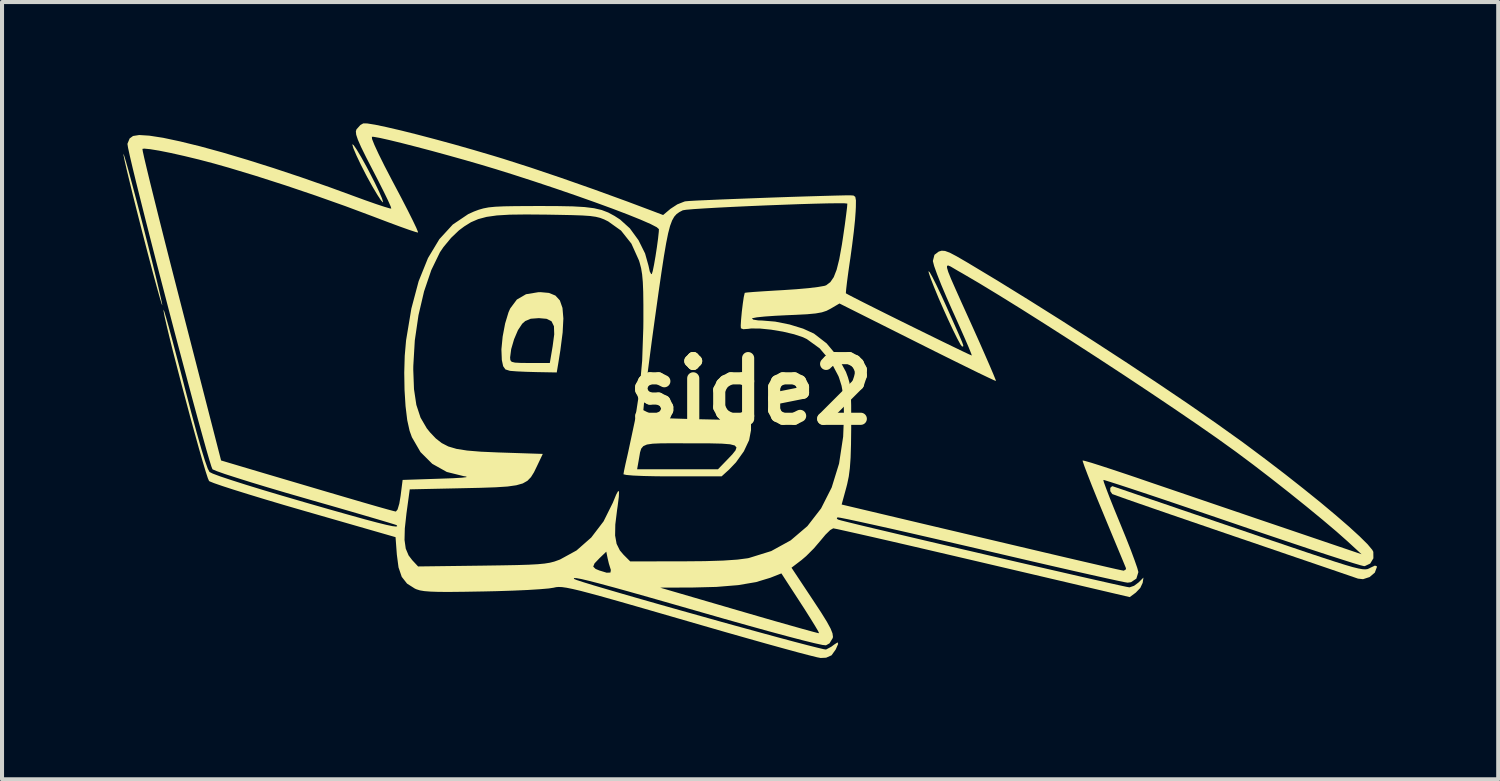
<source format=kicad_pcb>
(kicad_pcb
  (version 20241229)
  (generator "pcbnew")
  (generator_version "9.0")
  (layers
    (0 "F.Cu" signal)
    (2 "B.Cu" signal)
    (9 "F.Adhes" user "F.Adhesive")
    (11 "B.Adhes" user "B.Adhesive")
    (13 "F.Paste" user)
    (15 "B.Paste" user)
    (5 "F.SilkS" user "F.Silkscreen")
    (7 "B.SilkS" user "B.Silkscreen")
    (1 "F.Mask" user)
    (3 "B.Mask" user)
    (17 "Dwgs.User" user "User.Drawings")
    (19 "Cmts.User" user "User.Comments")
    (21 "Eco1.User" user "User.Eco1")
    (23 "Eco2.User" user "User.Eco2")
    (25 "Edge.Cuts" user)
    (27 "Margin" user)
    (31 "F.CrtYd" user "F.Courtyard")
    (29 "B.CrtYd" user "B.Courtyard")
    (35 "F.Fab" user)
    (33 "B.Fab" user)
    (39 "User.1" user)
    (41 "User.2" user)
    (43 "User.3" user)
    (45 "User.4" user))
  (footprint "side2"
    (layer "F.Cu")
    (at 15.517 6.625)
    (property "Reference" "side2" (at 0 0 0) (layer "F.SilkS") (effects (font (size 1.5 1.5) (thickness 0.3))))
    (attr board_only exclude_from_pos_files exclude_from_bom)
    (fp_poly (pts (xy -9.825 -6.088) (xy -9.751 -5.981) (xy -9.643 -5.8) (xy -9.511 -5.563) (xy -9.441 -5.431) (xy -9.305 -5.165) (xy -9.196 -4.939) (xy -9.124 -4.773) (xy -9.096 -4.682) (xy -9.1 -4.671) (xy -9.147 -4.72) (xy -9.235 -4.854) (xy -9.353 -5.052) (xy -9.489 -5.297) (xy -9.516 -5.348) (xy -9.648 -5.607) (xy -9.756 -5.834) (xy -9.829 -6.006) (xy -9.857 -6.101) (xy -9.857 -6.108)) (stroke (width 0) (type solid)) (fill yes) (layer "F.SilkS"))
    (fp_poly (pts (xy 4.417 -2.945) (xy 4.485 -2.824) (xy 4.583 -2.629) (xy 4.705 -2.373) (xy 4.818 -2.125) (xy 4.976 -1.771) (xy 5.092 -1.511) (xy 5.172 -1.329) (xy 5.221 -1.212) (xy 5.245 -1.145) (xy 5.248 -1.116) (xy 5.238 -1.108) (xy 5.219 -1.11) (xy 5.216 -1.11) (xy 5.178 -1.16) (xy 5.101 -1.301) (xy 4.996 -1.513) (xy 4.871 -1.78) (xy 4.767 -2.01) (xy 4.635 -2.311) (xy 4.525 -2.578) (xy 4.442 -2.79) (xy 4.395 -2.929) (xy 4.388 -2.974)) (stroke (width 0) (type solid)) (fill yes) (layer "F.SilkS"))
    (fp_poly (pts (xy -15.497 -5.825) (xy -15.452 -5.677) (xy -15.386 -5.441) (xy -15.302 -5.13) (xy -15.203 -4.758) (xy -15.093 -4.338) (xy -15.012 -4.023) (xy -14.898 -3.574) (xy -14.795 -3.163) (xy -14.706 -2.802) (xy -14.635 -2.504) (xy -14.585 -2.284) (xy -14.558 -2.155) (xy -14.555 -2.125) (xy -14.575 -2.174) (xy -14.619 -2.323) (xy -14.685 -2.559) (xy -14.77 -2.87) (xy -14.869 -3.242) (xy -14.979 -3.662) (xy -15.06 -3.976) (xy -15.174 -4.424) (xy -15.278 -4.836) (xy -15.366 -5.197) (xy -15.438 -5.494) (xy -15.488 -5.714) (xy -15.514 -5.844) (xy -15.517 -5.874)) (stroke (width 0) (type solid)) (fill yes) (layer "F.SilkS"))
    (fp_poly (pts (xy -4.994 -2.433) (xy -4.836 -2.368) (xy -4.726 -2.248) (xy -4.661 -2.062) (xy -4.639 -1.801) (xy -4.657 -1.454) (xy -4.714 -1.011) (xy -4.766 -0.686) (xy -4.803 -0.467) (xy -5.307 -0.476) (xy -5.558 -0.483) (xy -5.782 -0.493) (xy -5.94 -0.505) (xy -5.967 -0.509) (xy -6.072 -0.542) (xy -6.128 -0.622) (xy -6.161 -0.777) (xy -6.163 -0.837) (xy -5.956 -0.837) (xy -5.95 -0.771) (xy -5.917 -0.73) (xy -5.834 -0.71) (xy -5.678 -0.702) (xy -5.465 -0.701) (xy -4.974 -0.701) (xy -4.904 -1.116) (xy -4.865 -1.41) (xy -4.872 -1.61) (xy -4.932 -1.732) (xy -5.054 -1.793) (xy -5.244 -1.81) (xy -5.446 -1.795) (xy -5.581 -1.738) (xy -5.657 -1.671) (xy -5.762 -1.512) (xy -5.858 -1.287) (xy -5.929 -1.044) (xy -5.956 -0.837) (xy -6.163 -0.837) (xy -6.171 -1.038) (xy -6.14 -1.354) (xy -6.079 -1.677) (xy -5.995 -1.955) (xy -5.953 -2.049) (xy -5.789 -2.269) (xy -5.562 -2.401) (xy -5.258 -2.451) (xy -5.202 -2.452)) (stroke (width 0) (type solid)) (fill yes) (layer "F.SilkS"))
    (fp_poly (pts (xy 8.948 2.349) (xy 9.016 2.372) (xy 9.184 2.429) (xy 9.442 2.517) (xy 9.779 2.633) (xy 10.186 2.771) (xy 10.652 2.931) (xy 11.167 3.106) (xy 11.721 3.295) (xy 12.08 3.417) (xy 12.738 3.642) (xy 13.296 3.831) (xy 13.76 3.988) (xy 14.142 4.115) (xy 14.449 4.215) (xy 14.691 4.291) (xy 14.876 4.345) (xy 15.015 4.379) (xy 15.115 4.397) (xy 15.187 4.401) (xy 15.238 4.395) (xy 15.279 4.379) (xy 15.306 4.364) (xy 15.425 4.308) (xy 15.471 4.324) (xy 15.474 4.342) (xy 15.422 4.482) (xy 15.294 4.591) (xy 15.131 4.644) (xy 15.006 4.63) (xy 14.936 4.606) (xy 14.765 4.547) (xy 14.505 4.458) (xy 14.166 4.342) (xy 13.759 4.203) (xy 13.293 4.044) (xy 12.78 3.868) (xy 12.23 3.68) (xy 11.953 3.586) (xy 11.39 3.393) (xy 10.86 3.211) (xy 10.373 3.044) (xy 9.939 2.894) (xy 9.57 2.766) (xy 9.275 2.663) (xy 9.065 2.588) (xy 8.95 2.546) (xy 8.931 2.539) (xy 8.882 2.468) (xy 8.882 2.386) (xy 8.928 2.345)) (stroke (width 0) (type solid)) (fill yes) (layer "F.SilkS"))
    (fp_poly (pts (xy -9.486 -6.623) (xy -9.289 -6.591) (xy -9.009 -6.532) (xy -8.66 -6.451) (xy -8.256 -6.35) (xy -7.811 -6.233) (xy -7.34 -6.105) (xy -6.856 -5.967) (xy -6.375 -5.825) (xy -6.131 -5.751) (xy -5.45 -5.533) (xy -4.692 -5.277) (xy -3.886 -4.994) (xy -3.061 -4.694) (xy -2.444 -4.462) (xy -2.173 -4.359) (xy -1.99 -4.513) (xy -1.821 -4.623) (xy -1.644 -4.693) (xy -1.619 -4.698) (xy -1.528 -4.706) (xy -1.337 -4.717) (xy -1.064 -4.729) (xy -0.725 -4.744) (xy -0.337 -4.759) (xy 0.083 -4.775) (xy 0.517 -4.791) (xy 0.949 -4.806) (xy 1.362 -4.819) (xy 1.739 -4.83) (xy 2.062 -4.839) (xy 2.315 -4.845) (xy 2.456 -4.846) (xy 2.534 -4.841) (xy 2.578 -4.808) (xy 2.594 -4.722) (xy 2.592 -4.556) (xy 2.587 -4.452) (xy 2.572 -4.243) (xy 2.542 -3.954) (xy 2.501 -3.623) (xy 2.455 -3.285) (xy 2.449 -3.249) (xy 2.407 -2.957) (xy 2.374 -2.709) (xy 2.353 -2.527) (xy 2.345 -2.432) (xy 2.347 -2.423) (xy 2.408 -2.389) (xy 2.556 -2.312) (xy 2.776 -2.2) (xy 3.051 -2.062) (xy 3.367 -1.904) (xy 3.708 -1.735) (xy 4.057 -1.563) (xy 4.399 -1.395) (xy 4.719 -1.238) (xy 5 -1.102) (xy 5.227 -0.992) (xy 5.384 -0.918) (xy 5.456 -0.887) (xy 5.459 -0.887) (xy 5.44 -0.943) (xy 5.381 -1.089) (xy 5.286 -1.309) (xy 5.163 -1.587) (xy 5.02 -1.907) (xy 4.985 -1.983) (xy 4.836 -2.321) (xy 4.704 -2.632) (xy 4.599 -2.898) (xy 4.527 -3.099) (xy 4.497 -3.216) (xy 4.496 -3.225) (xy 4.535 -3.375) (xy 4.64 -3.455) (xy 4.713 -3.477) (xy 4.797 -3.471) (xy 4.914 -3.428) (xy 5.083 -3.339) (xy 5.328 -3.197) (xy 5.355 -3.181) (xy 6.095 -2.736) (xy 6.877 -2.253) (xy 7.685 -1.745) (xy 8.5 -1.222) (xy 9.307 -0.697) (xy 10.086 -0.179) (xy 10.821 0.318) (xy 11.493 0.784) (xy 12.087 1.208) (xy 12.232 1.314) (xy 12.722 1.68) (xy 13.199 2.045) (xy 13.652 2.402) (xy 14.074 2.742) (xy 14.452 3.058) (xy 14.78 3.342) (xy 15.046 3.585) (xy 15.243 3.78) (xy 15.359 3.919) (xy 15.385 3.968) (xy 15.387 4.128) (xy 15.308 4.258) (xy 15.176 4.32) (xy 15.156 4.321) (xy 15.077 4.302) (xy 14.897 4.249) (xy 14.628 4.164) (xy 14.28 4.052) (xy 13.862 3.915) (xy 13.387 3.756) (xy 12.863 3.58) (xy 12.301 3.39) (xy 11.875 3.244) (xy 11.297 3.047) (xy 10.752 2.862) (xy 10.251 2.692) (xy 9.803 2.542) (xy 9.418 2.414) (xy 9.107 2.312) (xy 8.879 2.239) (xy 8.744 2.197) (xy 8.71 2.19) (xy 8.724 2.248) (xy 8.778 2.397) (xy 8.864 2.621) (xy 8.976 2.902) (xy 9.108 3.224) (xy 9.132 3.282) (xy 9.269 3.618) (xy 9.389 3.922) (xy 9.484 4.178) (xy 9.549 4.365) (xy 9.576 4.465) (xy 9.576 4.471) (xy 9.527 4.63) (xy 9.394 4.719) (xy 9.31 4.73) (xy 9.232 4.717) (xy 9.051 4.679) (xy 8.776 4.619) (xy 8.418 4.539) (xy 7.987 4.442) (xy 7.493 4.329) (xy 6.947 4.203) (xy 6.359 4.066) (xy 5.738 3.921) (xy 5.692 3.91) (xy 5.072 3.766) (xy 4.484 3.63) (xy 3.94 3.505) (xy 3.449 3.393) (xy 3.021 3.298) (xy 2.666 3.22) (xy 2.394 3.162) (xy 2.214 3.126) (xy 2.138 3.115) (xy 2.136 3.115) (xy 2.121 3.151) (xy 2.16 3.173) (xy 2.24 3.195) (xy 2.42 3.24) (xy 2.69 3.306) (xy 3.036 3.389) (xy 3.447 3.486) (xy 3.911 3.596) (xy 4.417 3.715) (xy 4.952 3.84) (xy 5.504 3.968) (xy 6.062 4.098) (xy 6.613 4.226) (xy 7.146 4.349) (xy 7.648 4.464) (xy 8.108 4.57) (xy 8.514 4.662) (xy 8.854 4.739) (xy 9.116 4.797) (xy 9.288 4.834) (xy 9.358 4.846) (xy 9.471 4.807) (xy 9.581 4.725) (xy 9.702 4.604) (xy 9.683 4.734) (xy 9.624 4.86) (xy 9.513 4.976) (xy 9.363 5.087) (xy 5.738 4.237) (xy 5.105 4.089) (xy 4.505 3.949) (xy 3.947 3.819) (xy 3.441 3.702) (xy 2.997 3.6) (xy 2.625 3.516) (xy 2.335 3.451) (xy 2.137 3.407) (xy 2.04 3.388) (xy 2.032 3.387) (xy 1.957 3.43) (xy 1.841 3.544) (xy 1.724 3.684) (xy 1.555 3.882) (xy 1.363 4.074) (xy 1.249 4.171) (xy 1.001 4.36) (xy 1.529 5.156) (xy 1.733 5.466) (xy 1.876 5.697) (xy 1.967 5.864) (xy 2.014 5.982) (xy 2.026 6.066) (xy 2.021 6.098) (xy 1.941 6.23) (xy 1.853 6.279) (xy 1.768 6.27) (xy 1.58 6.229) (xy 1.294 6.159) (xy 0.919 6.061) (xy 0.463 5.938) (xy -0.068 5.791) (xy -0.665 5.623) (xy -1.226 5.462) (xy -1.931 5.26) (xy -2.53 5.089) (xy -3.032 4.947) (xy -3.371 4.853) (xy -2.248 4.853) (xy -0.292 5.424) (xy 0.165 5.557) (xy 0.584 5.678) (xy 0.955 5.783) (xy 1.263 5.87) (xy 1.495 5.934) (xy 1.639 5.972) (xy 1.683 5.98) (xy 1.66 5.929) (xy 1.583 5.798) (xy 1.463 5.604) (xy 1.311 5.363) (xy 1.227 5.234) (xy 0.751 4.501) (xy 0.477 4.609) (xy 0.124 4.716) (xy -0.318 4.791) (xy -0.857 4.835) (xy -1.442 4.85) (xy -2.248 4.853) (xy -3.371 4.853) (xy -3.442 4.834) (xy -3.768 4.746) (xy -4.017 4.682) (xy -4.196 4.64) (xy -4.311 4.619) (xy -4.37 4.616) (xy -4.38 4.63) (xy -4.373 4.639) (xy -4.306 4.666) (xy -4.14 4.72) (xy -3.886 4.798) (xy -3.557 4.895) (xy -3.167 5.009) (xy -2.726 5.136) (xy -2.249 5.272) (xy -1.747 5.414) (xy -1.233 5.558) (xy -0.72 5.702) (xy -0.22 5.84) (xy 0.254 5.97) (xy 0.69 6.089) (xy 1.075 6.192) (xy 1.397 6.276) (xy 1.643 6.338) (xy 1.8 6.375) (xy 1.855 6.383) (xy 1.983 6.315) (xy 2.058 6.259) (xy 2.141 6.206) (xy 2.154 6.245) (xy 2.097 6.376) (xy 2.093 6.383) (xy 1.991 6.526) (xy 1.858 6.585) (xy 1.723 6.592) (xy 1.635 6.575) (xy 1.446 6.528) (xy 1.166 6.455) (xy 0.807 6.357) (xy 0.38 6.239) (xy -0.105 6.102) (xy -0.637 5.951) (xy -1.205 5.787) (xy -1.547 5.688) (xy -2.217 5.494) (xy -2.785 5.33) (xy -3.259 5.194) (xy -3.649 5.084) (xy -3.965 4.998) (xy -4.215 4.932) (xy -4.41 4.886) (xy -4.558 4.856) (xy -4.669 4.84) (xy -4.752 4.836) (xy -4.817 4.841) (xy -4.873 4.853) (xy -4.876 4.854) (xy -4.999 4.873) (xy -5.22 4.892) (xy -5.522 4.911) (xy -5.885 4.927) (xy -6.291 4.94) (xy -6.607 4.947) (xy -7.073 4.955) (xy -7.438 4.959) (xy -7.717 4.958) (xy -7.924 4.951) (xy -8.075 4.939) (xy -8.184 4.921) (xy -8.268 4.895) (xy -8.311 4.876) (xy -8.504 4.753) (xy -8.635 4.586) (xy -8.715 4.351) (xy -8.717 4.333) (xy -3.901 4.333) (xy -3.843 4.39) (xy -3.752 4.428) (xy -3.568 4.484) (xy -3.475 4.48) (xy -3.465 4.416) (xy -3.472 4.394) (xy -3.514 4.259) (xy -3.545 4.128) (xy -3.578 3.964) (xy -3.745 4.124) (xy -3.868 4.253) (xy -3.901 4.333) (xy -8.717 4.333) (xy -8.756 4.036) (xy -8.783 3.674) (xy -8.566 3.674) (xy -8.536 3.888) (xy -8.466 4.055) (xy -8.377 4.172) (xy -8.231 4.329) (xy -6.641 4.309) (xy -6.163 4.302) (xy -5.787 4.295) (xy -5.496 4.286) (xy -5.274 4.274) (xy -5.105 4.258) (xy -4.974 4.237) (xy -4.864 4.209) (xy -4.761 4.172) (xy -4.721 4.157) (xy -4.314 3.934) (xy -3.95 3.614) (xy -3.645 3.214) (xy -3.414 2.75) (xy -3.412 2.744) (xy -3.333 2.552) (xy -3.284 2.463) (xy -3.263 2.481) (xy -3.268 2.607) (xy -3.298 2.844) (xy -3.311 2.932) (xy -3.355 3.292) (xy -3.36 3.564) (xy -3.323 3.77) (xy -3.242 3.933) (xy -3.153 4.038) (xy -2.987 4.204) (xy -1.712 4.203) (xy -1.146 4.198) (xy -0.689 4.184) (xy -0.338 4.16) (xy -0.085 4.127) (xy -0.051 4.12) (xy 0.499 3.949) (xy 0.981 3.684) (xy 1.394 3.332) (xy 1.732 2.895) (xy 1.994 2.378) (xy 2.177 1.786) (xy 2.278 1.122) (xy 2.298 0.613) (xy 2.292 0.293) (xy 2.274 0.054) (xy 2.238 -0.141) (xy 2.18 -0.326) (xy 2.162 -0.375) (xy 1.965 -0.749) (xy 1.697 -1.063) (xy 1.38 -1.292) (xy 1.284 -1.338) (xy 1.065 -1.411) (xy 0.79 -1.476) (xy 0.495 -1.525) (xy 0.219 -1.553) (xy 0.000252 -1.554) (xy -0.067 -1.545) (xy -0.191 -1.536) (xy -0.25 -1.559) (xy -0.254 -1.63) (xy -0.245 -1.78) (xy -0.243 -1.801) (xy 0.024 -1.801) (xy 0.057 -1.773) (xy 0.177 -1.754) (xy 0.274 -1.751) (xy 0.598 -1.724) (xy 0.953 -1.653) (xy 1.288 -1.55) (xy 1.556 -1.428) (xy 1.556 -1.428) (xy 1.869 -1.186) (xy 2.142 -0.859) (xy 2.346 -0.482) (xy 2.35 -0.472) (xy 2.397 -0.345) (xy 2.432 -0.222) (xy 2.455 -0.081) (xy 2.469 0.099) (xy 2.476 0.341) (xy 2.477 0.664) (xy 2.477 0.905) (xy 2.472 1.32) (xy 2.462 1.643) (xy 2.444 1.896) (xy 2.417 2.104) (xy 2.378 2.291) (xy 2.356 2.377) (xy 2.241 2.798) (xy 3.237 3.034) (xy 4.254 3.275) (xy 5.162 3.489) (xy 5.966 3.679) (xy 6.669 3.845) (xy 7.276 3.988) (xy 7.791 4.109) (xy 8.22 4.209) (xy 8.566 4.289) (xy 8.834 4.351) (xy 9.028 4.395) (xy 9.153 4.422) (xy 9.213 4.433) (xy 9.217 4.434) (xy 9.272 4.398) (xy 9.267 4.365) (xy 9.237 4.292) (xy 9.169 4.127) (xy 9.069 3.887) (xy 8.944 3.587) (xy 8.801 3.242) (xy 8.706 3.012) (xy 8.557 2.652) (xy 8.427 2.33) (xy 8.321 2.059) (xy 8.244 1.856) (xy 8.203 1.736) (xy 8.198 1.709) (xy 8.257 1.721) (xy 8.412 1.765) (xy 8.645 1.839) (xy 8.942 1.936) (xy 9.287 2.051) (xy 9.527 2.132) (xy 9.899 2.26) (xy 10.358 2.416) (xy 10.88 2.594) (xy 11.44 2.785) (xy 12.016 2.981) (xy 12.582 3.174) (xy 12.963 3.303) (xy 15.094 4.027) (xy 14.744 3.705) (xy 14.473 3.465) (xy 14.128 3.173) (xy 13.73 2.846) (xy 13.298 2.499) (xy 12.854 2.15) (xy 12.418 1.815) (xy 12.011 1.511) (xy 11.941 1.46) (xy 11.516 1.155) (xy 11.016 0.807) (xy 10.456 0.425) (xy 9.852 0.019) (xy 9.218 -0.402) (xy 8.569 -0.827) (xy 7.921 -1.246) (xy 7.29 -1.65) (xy 6.689 -2.03) (xy 6.134 -2.374) (xy 5.64 -2.674) (xy 5.222 -2.919) (xy 5.123 -2.975) (xy 5.018 -3.037) (xy 4.935 -3.086) (xy 4.877 -3.111) (xy 4.846 -3.103) (xy 4.846 -3.053) (xy 4.877 -2.949) (xy 4.944 -2.783) (xy 5.049 -2.544) (xy 5.193 -2.222) (xy 5.381 -1.807) (xy 5.483 -1.581) (xy 5.645 -1.22) (xy 5.788 -0.895) (xy 5.907 -0.622) (xy 5.995 -0.415) (xy 6.046 -0.289) (xy 6.056 -0.256) (xy 6.002 -0.277) (xy 5.855 -0.346) (xy 5.627 -0.455) (xy 5.33 -0.601) (xy 4.975 -0.776) (xy 4.574 -0.975) (xy 4.139 -1.193) (xy 4.113 -1.206) (xy 2.187 -2.172) (xy 1.969 -2.044) (xy 1.867 -1.991) (xy 1.751 -1.953) (xy 1.599 -1.926) (xy 1.388 -1.906) (xy 1.094 -1.891) (xy 0.903 -1.883) (xy 0.6 -1.868) (xy 0.341 -1.85) (xy 0.146 -1.83) (xy 0.038 -1.809) (xy 0.024 -1.801) (xy -0.243 -1.801) (xy -0.227 -1.972) (xy -0.203 -2.168) (xy -0.179 -2.332) (xy -0.157 -2.427) (xy -0.152 -2.436) (xy -0.092 -2.444) (xy 0.064 -2.457) (xy 0.298 -2.473) (xy 0.589 -2.491) (xy 0.797 -2.503) (xy 1.125 -2.525) (xy 1.419 -2.551) (xy 1.656 -2.58) (xy 1.813 -2.607) (xy 1.858 -2.622) (xy 1.961 -2.7) (xy 2.045 -2.823) (xy 2.117 -3.007) (xy 2.182 -3.267) (xy 2.246 -3.621) (xy 2.278 -3.831) (xy 2.32 -4.121) (xy 2.352 -4.366) (xy 2.374 -4.544) (xy 2.381 -4.635) (xy 2.38 -4.642) (xy 2.311 -4.649) (xy 2.142 -4.65) (xy 1.889 -4.647) (xy 1.569 -4.639) (xy 1.198 -4.628) (xy 0.794 -4.613) (xy 0.372 -4.597) (xy -0.051 -4.579) (xy -0.459 -4.56) (xy -0.835 -4.541) (xy -1.162 -4.522) (xy -1.424 -4.505) (xy -1.605 -4.489) (xy -1.687 -4.476) (xy -1.688 -4.475) (xy -1.769 -4.433) (xy -1.838 -4.385) (xy -1.898 -4.318) (xy -1.951 -4.224) (xy -2.001 -4.09) (xy -2.049 -3.906) (xy -2.098 -3.662) (xy -2.152 -3.347) (xy -2.213 -2.95) (xy -2.284 -2.46) (xy -2.367 -1.867) (xy -2.382 -1.76) (xy -2.452 -1.251) (xy -2.514 -0.777) (xy -2.569 -0.353) (xy -2.613 0.01) (xy -2.646 0.3) (xy -2.665 0.504) (xy -2.67 0.609) (xy -2.668 0.621) (xy -2.601 0.634) (xy -2.434 0.647) (xy -2.184 0.661) (xy -1.87 0.673) (xy -1.507 0.684) (xy -1.314 0.689) (xy 0 0.717) (xy 0 0.96) (xy -0.047 1.207) (xy -0.177 1.483) (xy -0.372 1.756) (xy -0.54 1.932) (xy -0.727 2.102) (xy -1.94 2.102) (xy -2.326 2.1) (xy -2.654 2.093) (xy -2.911 2.082) (xy -3.082 2.067) (xy -3.152 2.051) (xy -3.153 2.048) (xy -3.14 1.97) (xy -3.131 1.927) (xy -2.816 1.927) (xy -1.817 1.927) (xy -0.817 1.927) (xy -0.584 1.686) (xy -0.461 1.557) (xy -0.383 1.459) (xy -0.359 1.388) (xy -0.401 1.339) (xy -0.517 1.309) (xy -0.718 1.293) (xy -1.013 1.286) (xy -1.413 1.285) (xy -1.514 1.285) (xy -1.915 1.284) (xy -2.215 1.285) (xy -2.429 1.294) (xy -2.573 1.315) (xy -2.663 1.355) (xy -2.715 1.417) (xy -2.743 1.508) (xy -2.764 1.632) (xy -2.777 1.708) (xy -2.816 1.927) (xy -3.131 1.927) (xy -3.106 1.808) (xy -3.057 1.593) (xy -3.037 1.504) (xy -2.872 0.731) (xy -2.759 -0.007) (xy -2.691 -0.755) (xy -2.663 -1.561) (xy -2.661 -1.723) (xy -2.661 -2.139) (xy -2.665 -2.459) (xy -2.675 -2.703) (xy -2.692 -2.891) (xy -2.717 -3.044) (xy -2.753 -3.181) (xy -2.77 -3.236) (xy -2.957 -3.651) (xy -3.213 -3.974) (xy -3.531 -4.201) (xy -3.632 -4.251) (xy -3.728 -4.288) (xy -3.837 -4.315) (xy -3.978 -4.335) (xy -4.169 -4.348) (xy -4.427 -4.357) (xy -4.772 -4.364) (xy -5.064 -4.369) (xy -5.563 -4.373) (xy -5.963 -4.368) (xy -6.282 -4.349) (xy -6.537 -4.313) (xy -6.744 -4.258) (xy -6.923 -4.181) (xy -7.09 -4.077) (xy -7.221 -3.979) (xy -7.415 -3.794) (xy -7.603 -3.567) (xy -7.69 -3.439) (xy -7.904 -2.998) (xy -8.083 -2.471) (xy -8.221 -1.882) (xy -8.312 -1.259) (xy -8.349 -0.628) (xy -8.35 -0.534) (xy -8.332 -0.054) (xy -8.274 0.334) (xy -8.17 0.65) (xy -8.016 0.914) (xy -7.934 1.016) (xy -7.792 1.165) (xy -7.648 1.278) (xy -7.483 1.363) (xy -7.279 1.423) (xy -7.017 1.464) (xy -6.678 1.492) (xy -6.244 1.511) (xy -6.179 1.513) (xy -5.148 1.547) (xy -5.291 1.848) (xy -5.366 2.002) (xy -5.44 2.121) (xy -5.527 2.211) (xy -5.643 2.277) (xy -5.802 2.322) (xy -6.019 2.353) (xy -6.31 2.372) (xy -6.69 2.385) (xy -7.094 2.394) (xy -8.437 2.423) (xy -8.518 3.017) (xy -8.559 3.391) (xy -8.566 3.674) (xy -8.783 3.674) (xy -8.788 3.605) (xy -11.05 2.954) (xy -11.546 2.81) (xy -12.009 2.672) (xy -12.426 2.545) (xy -12.785 2.433) (xy -13.072 2.34) (xy -13.277 2.269) (xy -13.386 2.225) (xy -13.399 2.216) (xy -13.429 2.146) (xy -13.483 1.98) (xy -13.557 1.733) (xy -13.647 1.419) (xy -13.748 1.055) (xy -13.858 0.656) (xy -13.97 0.237) (xy -14.083 -0.187) (xy -14.191 -0.602) (xy -14.291 -0.99) (xy -14.378 -1.338) (xy -14.448 -1.63) (xy -14.498 -1.851) (xy -14.523 -1.985) (xy -14.524 -2.02) (xy -14.505 -1.971) (xy -14.46 -1.822) (xy -14.393 -1.585) (xy -14.308 -1.272) (xy -14.209 -0.897) (xy -14.097 -0.472) (xy -13.995 -0.075) (xy -13.84 0.518) (xy -13.705 1.017) (xy -13.591 1.419) (xy -13.499 1.718) (xy -13.43 1.912) (xy -13.387 1.994) (xy -13.307 2.034) (xy -13.125 2.102) (xy -12.852 2.193) (xy -12.498 2.306) (xy -12.075 2.436) (xy -11.592 2.58) (xy -11.061 2.735) (xy -11.041 2.741) (xy -10.442 2.913) (xy -9.948 3.052) (xy -9.551 3.163) (xy -9.242 3.245) (xy -9.015 3.301) (xy -8.862 3.333) (xy -8.774 3.343) (xy -8.746 3.332) (xy -8.763 3.307) (xy -8.823 3.287) (xy -8.983 3.238) (xy -9.231 3.164) (xy -9.555 3.069) (xy -9.942 2.956) (xy -10.381 2.829) (xy -10.86 2.692) (xy -11.006 2.65) (xy -11.497 2.508) (xy -11.956 2.372) (xy -12.368 2.247) (xy -12.721 2.136) (xy -13.004 2.045) (xy -13.202 1.975) (xy -13.304 1.932) (xy -13.314 1.926) (xy -13.341 1.858) (xy -13.394 1.687) (xy -13.47 1.426) (xy -13.565 1.085) (xy -13.678 0.676) (xy -13.805 0.209) (xy -13.942 -0.305) (xy -14.088 -0.853) (xy -14.24 -1.425) (xy -14.393 -2.011) (xy -14.546 -2.598) (xy -14.696 -3.175) (xy -14.839 -3.732) (xy -14.973 -4.257) (xy -15.094 -4.739) (xy -15.201 -5.167) (xy -15.289 -5.529) (xy -15.356 -5.815) (xy -15.395 -5.994) (xy -15.046 -5.994) (xy -15.037 -5.934) (xy -15.001 -5.77) (xy -14.94 -5.512) (xy -14.857 -5.168) (xy -14.753 -4.749) (xy -14.632 -4.263) (xy -14.495 -3.719) (xy -14.345 -3.128) (xy -14.183 -2.497) (xy -14.088 -2.127) (xy -13.101 1.709) (xy -12.025 2.029) (xy -11.253 2.257) (xy -10.59 2.453) (xy -10.035 2.616) (xy -9.584 2.748) (xy -9.235 2.849) (xy -8.986 2.919) (xy -8.834 2.96) (xy -8.78 2.972) (xy -8.738 2.921) (xy -8.695 2.776) (xy -8.663 2.584) (xy -8.613 2.19) (xy -7.708 2.16) (xy -7.371 2.148) (xy -7.149 2.135) (xy -7.038 2.122) (xy -7.034 2.108) (xy -7.107 2.096) (xy -7.521 1.993) (xy -7.88 1.792) (xy -8.171 1.502) (xy -8.384 1.134) (xy -8.441 0.975) (xy -8.499 0.713) (xy -8.541 0.365) (xy -8.566 -0.036) (xy -8.573 -0.462) (xy -8.561 -0.879) (xy -8.528 -1.258) (xy -8.527 -1.265) (xy -8.397 -2.046) (xy -8.217 -2.723) (xy -7.986 -3.295) (xy -7.705 -3.762) (xy -7.373 -4.124) (xy -6.992 -4.381) (xy -6.851 -4.445) (xy -6.731 -4.49) (xy -6.615 -4.523) (xy -6.485 -4.548) (xy -6.322 -4.564) (xy -6.106 -4.574) (xy -5.82 -4.579) (xy -5.443 -4.581) (xy -5.255 -4.582) (xy -4.782 -4.58) (xy -4.407 -4.573) (xy -4.113 -4.556) (xy -3.88 -4.527) (xy -3.692 -4.483) (xy -3.53 -4.421) (xy -3.375 -4.337) (xy -3.236 -4.247) (xy -2.996 -4.03) (xy -2.782 -3.737) (xy -2.619 -3.409) (xy -2.534 -3.105) (xy -2.503 -2.964) (xy -2.468 -2.898) (xy -2.453 -2.901) (xy -2.43 -2.972) (xy -2.398 -3.128) (xy -2.362 -3.335) (xy -2.327 -3.562) (xy -2.298 -3.776) (xy -2.28 -3.945) (xy -2.277 -4.01) (xy -2.331 -4.058) (xy -2.484 -4.137) (xy -2.726 -4.243) (xy -3.044 -4.371) (xy -3.427 -4.517) (xy -3.862 -4.676) (xy -4.339 -4.845) (xy -4.846 -5.019) (xy -5.371 -5.194) (xy -5.903 -5.366) (xy -6.306 -5.492) (xy -6.672 -5.602) (xy -7.069 -5.717) (xy -7.48 -5.832) (xy -7.889 -5.944) (xy -8.28 -6.047) (xy -8.635 -6.138) (xy -8.939 -6.212) (xy -9.175 -6.265) (xy -9.327 -6.292) (xy -9.373 -6.294) (xy -9.369 -6.239) (xy -9.311 -6.093) (xy -9.206 -5.866) (xy -9.058 -5.568) (xy -8.871 -5.209) (xy -8.818 -5.109) (xy -8.641 -4.774) (xy -8.487 -4.475) (xy -8.363 -4.227) (xy -8.276 -4.045) (xy -8.234 -3.942) (xy -8.232 -3.925) (xy -8.296 -3.941) (xy -8.451 -3.992) (xy -8.681 -4.074) (xy -8.967 -4.18) (xy -9.294 -4.304) (xy -9.333 -4.319) (xy -10.026 -4.578) (xy -10.762 -4.839) (xy -11.51 -5.092) (xy -12.236 -5.325) (xy -12.908 -5.528) (xy -13.279 -5.633) (xy -13.647 -5.73) (xy -14.007 -5.817) (xy -14.34 -5.892) (xy -14.63 -5.95) (xy -14.856 -5.987) (xy -15.002 -6.001) (xy -15.046 -5.994) (xy -15.395 -5.994) (xy -15.4 -6.014) (xy -15.416 -6.114) (xy -15.417 -6.118) (xy -15.362 -6.252) (xy -15.278 -6.313) (xy -15.125 -6.337) (xy -14.874 -6.321) (xy -14.532 -6.268) (xy -14.11 -6.178) (xy -13.617 -6.057) (xy -13.062 -5.905) (xy -12.456 -5.725) (xy -11.806 -5.52) (xy -11.124 -5.293) (xy -10.417 -5.046) (xy -9.846 -4.837) (xy -9.539 -4.725) (xy -9.272 -4.631) (xy -9.063 -4.562) (xy -8.931 -4.523) (xy -8.893 -4.518) (xy -8.91 -4.575) (xy -8.974 -4.719) (xy -9.077 -4.931) (xy -9.21 -5.195) (xy -9.342 -5.451) (xy -9.517 -5.79) (xy -9.641 -6.042) (xy -9.72 -6.222) (xy -9.761 -6.345) (xy -9.769 -6.427) (xy -9.755 -6.475) (xy -9.658 -6.584) (xy -9.585 -6.625)) (stroke (width 0) (type solid)) (fill yes) (layer "F.SilkS")))
  (gr_rect
    (start -3 -3)
    (end 33.99 16.216)
    (stroke (width 0.1) (type default))
    (fill no)
    (layer "Edge.Cuts")))
</source>
